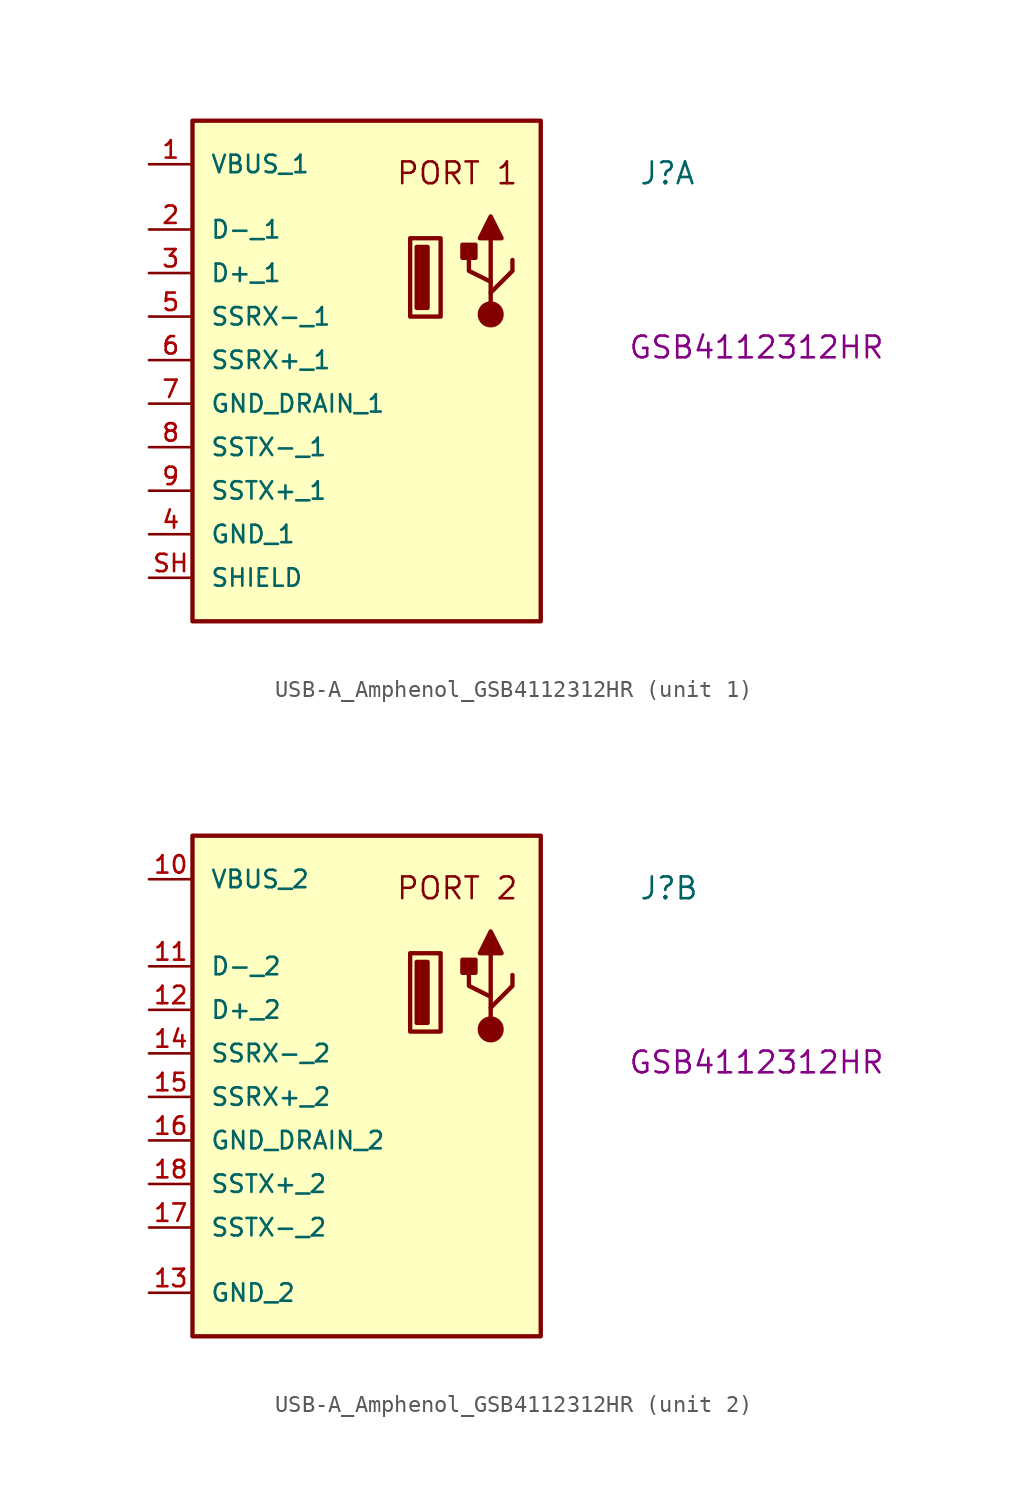
<source format=kicad_sym>
(kicad_symbol_lib
  (version 20220914)
  (generator kicad_symbol_editor)
  (symbol "USB-A_Amphenol_GSB4112312HR"
    (pin_names
      (offset 1.016))
    (property "Reference" "J"
      (at 28.575 -1.27 0)
      (effects (font (size 1.27 1.27)) (justify left bottom)))
    (property "MPN" "GSB4112312HR"
      (at 27.94 -11.43 0)
      (effects (font (size 1.27 1.27)) (justify left bottom)))
    (symbol "USB-A_Amphenol_GSB4112312HR_0_0"
      (rectangle (start 2.54 2.54) (end 22.86 -26.67) (stroke (width 0.254) (type default)) (fill (type background))))
    (symbol "USB-A_Amphenol_GSB4112312HR_0_1"
      (polyline (pts (xy 19.939 -6.858) (xy 19.939 -4.318)) (stroke (width 0.254) (type default)) (fill (type background)))
      (polyline (pts (xy 19.939 -8.128) (xy 19.939 -7.493) (xy 21.209 -6.223) (xy 21.209 -5.588)) (stroke (width 0.254) (type default)) (fill (type background)))
      (polyline (pts (xy 19.939 -7.493) (xy 19.939 -6.858) (xy 18.669 -6.223) (xy 18.669 -4.953)) (stroke (width 0.254) (type default)) (fill (type background)))
      (polyline (pts (xy 20.574 -4.318) (xy 19.304 -4.318) (xy 19.939 -3.048) (xy 20.574 -4.318)) (stroke (width 0.254) (type default)) (fill (type outline)))
      (rectangle (start 15.24 -4.318) (end 17.018 -8.89) (stroke (width 0.254) (type default)) (fill (type background)))
      (rectangle (start 15.621 -4.826) (end 16.256 -8.382) (stroke (width 0.254) (type default)) (fill (type outline)))
      (rectangle (start 18.288 -4.699) (end 19.05 -5.461) (stroke (width 0.254) (type default)) (fill (type outline)))
      (circle (center 19.939 -8.763) (radius 0.635) (stroke (width 0.254) (type default)) (fill (type outline))))
    (symbol "USB-A_Amphenol_GSB4112312HR_1_0"
      (pin bidirectional line (at 0 -3.81 0) (length 2.54) (name "D-_1" (effects (font (size 1.016 1.016)))) (number "2" (effects (font (size 1.016 1.016)))))
      (pin bidirectional line (at 0 -6.35 0) (length 2.54) (name "D+_1" (effects (font (size 1.016 1.016)))) (number "3" (effects (font (size 1.016 1.016)))))
      (pin bidirectional line (at 0 -8.89 0) (length 2.54) (name "SSRX-_1" (effects (font (size 1.016 1.016)))) (number "5" (effects (font (size 1.016 1.016)))))
      (pin bidirectional line (at 0 -11.43 0) (length 2.54) (name "SSRX+_1" (effects (font (size 1.016 1.016)))) (number "6" (effects (font (size 1.016 1.016)))))
      (pin power_in line (at 0 -13.97 0) (length 2.54) (name "GND_DRAIN_1" (effects (font (size 1.016 1.016)))) (number "7" (effects (font (size 1.016 1.016)))))
      (pin bidirectional line (at 0 -16.51 0) (length 2.54) (name "SSTX-_1" (effects (font (size 1.016 1.016)))) (number "8" (effects (font (size 1.016 1.016)))))
      (pin bidirectional line (at 0 -19.05 0) (length 2.54) (name "SSTX+_1" (effects (font (size 1.016 1.016)))) (number "9" (effects (font (size 1.016 1.016))))))
    (symbol "USB-A_Amphenol_GSB4112312HR_1_1"
      (text "PORT 1" (at 21.59 -1.27 0) (effects (font (size 1.27 1.27) (thickness 0.15)) (justify right bottom)))
      (pin power_in line (at 0 0 0) (length 2.54) (name "VBUS_1" (effects (font (size 1.016 1.016)))) (number "1" (effects (font (size 1.016 1.016)))))
      (pin power_in line (at 0 -21.59 0) (length 2.54) (name "GND_1" (effects (font (size 1.016 1.016)))) (number "4" (effects (font (size 1.016 1.016)))))
      (pin passive line (at 0 -24.13 0) (length 2.54) (name "SHIELD" (effects (font (size 1.016 1.016)))) (number "SH" (effects (font (size 1.016 1.016))))))
    (symbol "USB-A_Amphenol_GSB4112312HR_2_0"
      (pin bidirectional line (at 0 -5.08 0) (length 2.54) (name "D-_2" (effects (font (size 1.016 1.016)))) (number "11" (effects (font (size 1.016 1.016)))))
      (pin bidirectional line (at 0 -7.62 0) (length 2.54) (name "D+_2" (effects (font (size 1.016 1.016)))) (number "12" (effects (font (size 1.016 1.016)))))
      (pin bidirectional line (at 0 -10.16 0) (length 2.54) (name "SSRX-_2" (effects (font (size 1.016 1.016)))) (number "14" (effects (font (size 1.016 1.016)))))
      (pin bidirectional line (at 0 -12.7 0) (length 2.54) (name "SSRX+_2" (effects (font (size 1.016 1.016)))) (number "15" (effects (font (size 1.016 1.016)))))
      (pin power_in line (at 0 -15.24 0) (length 2.54) (name "GND_DRAIN_2" (effects (font (size 1.016 1.016)))) (number "16" (effects (font (size 1.016 1.016)))))
      (pin bidirectional line (at 0 -20.32 0) (length 2.54) (name "SSTX-_2" (effects (font (size 1.016 1.016)))) (number "17" (effects (font (size 1.016 1.016)))))
      (pin bidirectional line (at 0 -17.78 0) (length 2.54) (name "SSTX+_2" (effects (font (size 1.016 1.016)))) (number "18" (effects (font (size 1.016 1.016))))))
    (symbol "USB-A_Amphenol_GSB4112312HR_2_1"
      (text "PORT 2" (at 21.59 -1.27 0) (effects (font (size 1.27 1.27) (thickness 0.15)) (justify right bottom)))
      (pin power_in line (at 0 0 0) (length 2.54) (name "VBUS_2" (effects (font (size 1.016 1.016)))) (number "10" (effects (font (size 1.016 1.016)))))
      (pin power_in line (at 0 -24.13 0) (length 2.54) (name "GND_2" (effects (font (size 1.016 1.016)))) (number "13" (effects (font (size 1.016 1.016))))))))
</source>
